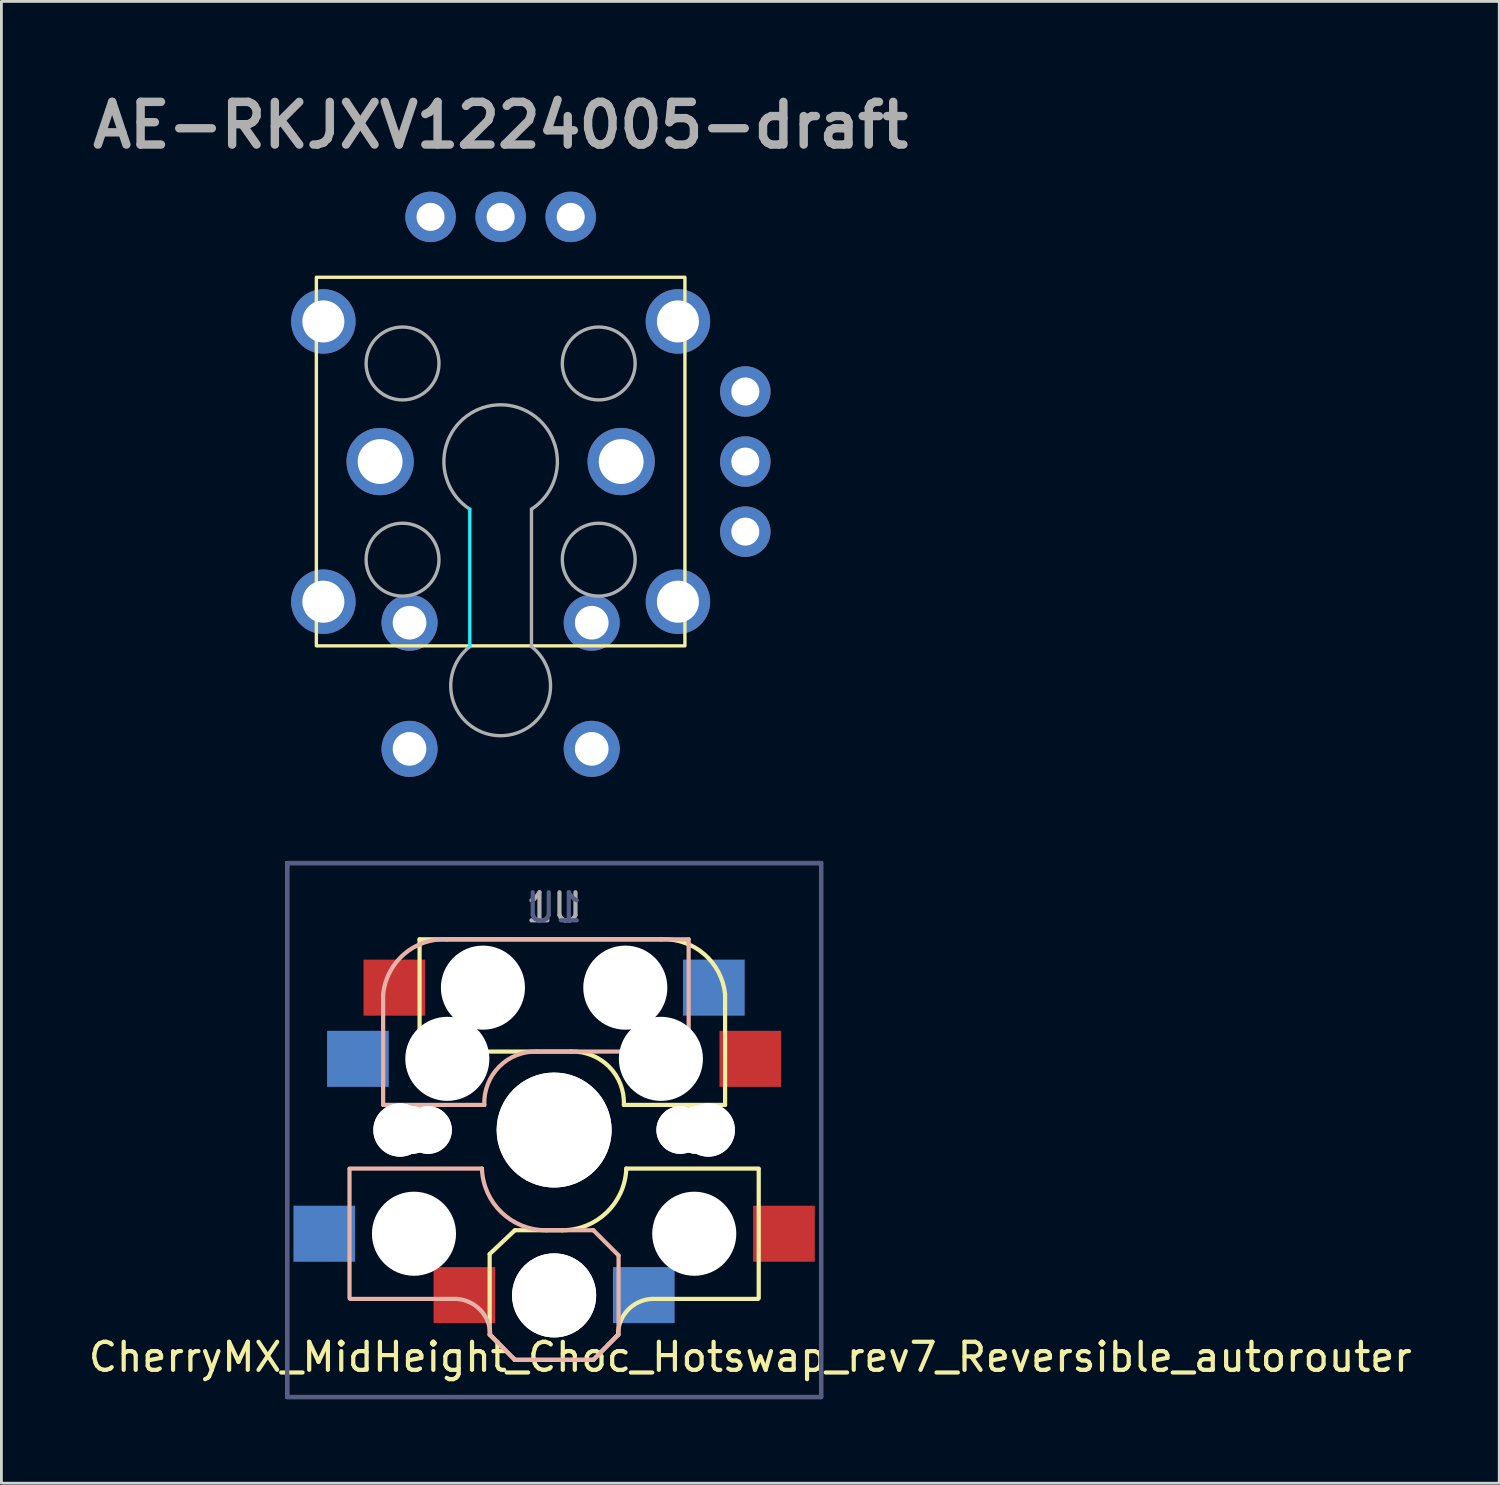
<source format=kicad_pcb>
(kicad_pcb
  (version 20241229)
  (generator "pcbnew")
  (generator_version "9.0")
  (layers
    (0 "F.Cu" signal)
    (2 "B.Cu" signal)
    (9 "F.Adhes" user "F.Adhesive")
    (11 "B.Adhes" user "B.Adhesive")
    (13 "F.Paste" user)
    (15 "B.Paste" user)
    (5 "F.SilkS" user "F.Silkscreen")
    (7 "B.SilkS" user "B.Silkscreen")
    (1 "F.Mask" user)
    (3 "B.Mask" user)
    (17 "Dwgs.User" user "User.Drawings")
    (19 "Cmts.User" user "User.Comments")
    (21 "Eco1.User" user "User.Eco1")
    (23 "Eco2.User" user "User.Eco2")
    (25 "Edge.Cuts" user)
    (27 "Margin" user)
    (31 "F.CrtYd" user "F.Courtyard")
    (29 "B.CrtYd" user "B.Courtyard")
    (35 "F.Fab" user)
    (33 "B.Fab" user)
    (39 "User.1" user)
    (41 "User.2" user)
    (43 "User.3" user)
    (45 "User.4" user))
  (footprint "AE-RKJXV1224005-draft"
    (layer "F.Cu")
    (at 14.812 13.418)
    (property "Reference" "AE-RKJXV1224005-draft" (at 0 -12 0) (layer "F.Fab") (effects (font (size 1.524 1.524) (thickness 0.3))))
    (attr board_only exclude_from_pos_files exclude_from_bom)
    (fp_rect (start -6.575 -6.575) (end 6.575 6.575) (stroke (width 0.12) (type solid)) (fill no) (layer "F.SilkS"))
    (fp_line (start -1.1 1.7) (end -1.1 6.6) (stroke (width 0.12) (type solid)) (layer "B.CrtYd"))
    (fp_line (start 1.1 1.7) (end 1.1 6.6) (stroke (width 0.12) (type solid)) (layer "F.Fab"))
    (fp_arc (start -1.1 1.699999) (mid 0.000003 -2.025471) (end 1.099999 1.700001) (stroke (width 0.12) (type solid)) (layer "F.Fab"))
    (fp_arc (start 1.099999 6.6) (mid 0 9.781097) (end -1.1 6.6) (stroke (width 0.12) (type solid)) (layer "F.Fab"))
    (fp_circle (center -3.5 -3.5) (end -2.2 -3.5) (stroke (width 0.12) (type solid)) (fill no) (layer "F.Fab"))
    (fp_circle (center -3.5 3.5) (end -2.2 3.5) (stroke (width 0.12) (type solid)) (fill no) (layer "F.Fab"))
    (fp_circle (center 3.5 -3.5) (end 4.8 -3.5) (stroke (width 0.12) (type solid)) (fill no) (layer "F.Fab"))
    (fp_circle (center 3.5 3.5) (end 4.8 3.5) (stroke (width 0.12) (type solid)) (fill no) (layer "F.Fab"))
    (pad "" thru_hole circle (at -6.325 -5) (size 2.3 2.3) (drill 1.5) (layers "*.Cu" "*.Mask"))
    (pad "" thru_hole circle (at -6.325 5) (size 2.3 2.3) (drill 1.5) (layers "*.Cu" "*.Mask"))
    (pad "" thru_hole circle (at -4.3 0) (size 2.4 2.4) (drill 1.6) (layers "*.Cu" "*.Mask"))
    (pad "" thru_hole circle (at 4.3 0) (size 2.4 2.4) (drill 1.6) (layers "*.Cu" "*.Mask"))
    (pad "" thru_hole circle (at 6.325 -5) (size 2.3 2.3) (drill 1.5) (layers "*.Cu" "*.Mask"))
    (pad "" thru_hole circle (at 6.325 5) (size 2.3 2.3) (drill 1.5) (layers "*.Cu" "*.Mask"))
    (pad "1" thru_hole circle (at -2.5 -8.73 90) (size 1.8 1.8) (drill 1) (layers "*.Cu" "*.Mask"))
    (pad "2" thru_hole circle (at 0 -8.73 90) (size 1.8 1.8) (drill 1) (layers "*.Cu" "*.Mask"))
    (pad "3" thru_hole circle (at 2.5 -8.73 90) (size 1.8 1.8) (drill 1) (layers "*.Cu" "*.Mask"))
    (pad "4" thru_hole circle (at 8.73 -2.5) (size 1.8 1.8) (drill 1) (layers "*.Cu" "*.Mask"))
    (pad "5" thru_hole circle (at 8.73 0) (size 1.8 1.8) (drill 1) (layers "*.Cu" "*.Mask"))
    (pad "6" thru_hole circle (at 8.73 2.5) (size 1.8 1.8) (drill 1) (layers "*.Cu" "*.Mask"))
    (pad "S1" thru_hole circle (at -3.25 5.75) (size 2 2) (drill 1.2) (layers "*.Cu" "*.Mask"))
    (pad "S1" thru_hole circle (at 3.25 5.75) (size 2 2) (drill 1.2) (layers "*.Cu" "*.Mask"))
    (pad "S2" thru_hole circle (at -3.25 10.25) (size 2 2) (drill 1.2) (layers "*.Cu" "*.Mask"))
    (pad "S2" thru_hole circle (at 3.25 10.25) (size 2 2) (drill 1.2) (layers "*.Cu" "*.Mask")))
  (footprint "CherryMX_MidHeight_Choc_Hotswap_rev7_Reversible_autorouter"
    (layer "F.Cu")
    (at 16.72 37.268)
    (property "Reference" "CherryMX_MidHeight_Choc_Hotswap_rev7_Reversible_autorouter" (at 7 8.1 0) (layer "F.SilkS") (effects (font (size 1 1) (thickness 0.15))))
    (fp_line (start -4.8 -6.804) (end 3.825 -6.804) (stroke (width 0.15) (type solid)) (layer "F.SilkS"))
    (fp_line (start -4.8 -2.8) (end -4.8 -6.804) (stroke (width 0.15) (type solid)) (layer "F.SilkS"))
    (fp_line (start -4.8 -2.8) (end 0.6 -2.8) (stroke (width 0.15) (type solid)) (layer "F.SilkS"))
    (fp_line (start -2.3 4.425) (end -2.3 7.3) (stroke (width 0.15) (type solid)) (layer "F.SilkS"))
    (fp_line (start -2.3 4.425) (end -1.4 3.575) (stroke (width 0.15) (type solid)) (layer "F.SilkS"))
    (fp_line (start -2.3 7.3) (end -1.4 8.2) (stroke (width 0.15) (type solid)) (layer "F.SilkS"))
    (fp_line (start -1.4 3.575) (end 0.275 3.575) (stroke (width 0.15) (type solid)) (layer "F.SilkS"))
    (fp_line (start -1.4 8.2) (end 1.4 8.2) (stroke (width 0.15) (type solid)) (layer "F.SilkS"))
    (fp_line (start 2.28 7.3) (end 1.4 8.2) (stroke (width 0.15) (type solid)) (layer "F.SilkS"))
    (fp_line (start 2.575 1.375) (end 7.3 1.375) (stroke (width 0.15) (type solid)) (layer "F.SilkS"))
    (fp_line (start 3.5 6.025) (end 7.275 6.025) (stroke (width 0.15) (type solid)) (layer "F.SilkS"))
    (fp_line (start 6.1 -4.85) (end 6.1 -0.905) (stroke (width 0.15) (type solid)) (layer "F.SilkS"))
    (fp_line (start 6.1 -0.896) (end 2.49 -0.896) (stroke (width 0.15) (type solid)) (layer "F.SilkS"))
    (fp_line (start 7.3 1.4) (end 7.3 6) (stroke (width 0.15) (type solid)) (layer "F.SilkS"))
    (fp_arc (start 0.6 -2.8) (mid 1.960305 -2.260251) (end 2.49 -0.896) (stroke (width 0.15) (type solid)) (layer "F.SilkS"))
    (fp_arc (start 2.28 7.3) (mid 2.633993 6.417536) (end 3.5 6.025) (stroke (width 0.15) (type solid)) (layer "F.SilkS"))
    (fp_arc (start 2.575 1.375) (mid 1.872559 2.942903) (end 0.275 3.575) (stroke (width 0.15) (type solid)) (layer "F.SilkS"))
    (fp_arc (start 3.825 -6.804) (mid 5.3507 -6.278973) (end 6.1 -4.85) (stroke (width 0.15) (type solid)) (layer "F.SilkS"))
    (fp_line (start -7.3 1.4) (end -7.3 6) (stroke (width 0.15) (type solid)) (layer "B.SilkS"))
    (fp_line (start -6.1 -4.85) (end -6.1 -0.905) (stroke (width 0.15) (type solid)) (layer "B.SilkS"))
    (fp_line (start -6.1 -0.896) (end -2.49 -0.896) (stroke (width 0.15) (type solid)) (layer "B.SilkS"))
    (fp_line (start -3.5 6.025) (end -7.275 6.025) (stroke (width 0.15) (type solid)) (layer "B.SilkS"))
    (fp_line (start -2.575 1.375) (end -7.3 1.375) (stroke (width 0.15) (type solid)) (layer "B.SilkS"))
    (fp_line (start -2.28 7.3) (end -1.4 8.2) (stroke (width 0.15) (type solid)) (layer "B.SilkS"))
    (fp_line (start 1.4 3.575) (end -0.275 3.575) (stroke (width 0.15) (type solid)) (layer "B.SilkS"))
    (fp_line (start 1.4 3.575) (end 2.3 4.475) (stroke (width 0.15) (type solid)) (layer "B.SilkS"))
    (fp_line (start 1.4 8.2) (end -1.4 8.2) (stroke (width 0.15) (type solid)) (layer "B.SilkS"))
    (fp_line (start 2.3 4.475) (end 2.3 7.3) (stroke (width 0.15) (type solid)) (layer "B.SilkS"))
    (fp_line (start 2.3 7.3) (end 1.4 8.2) (stroke (width 0.15) (type solid)) (layer "B.SilkS"))
    (fp_line (start 4.8 -6.804) (end -3.825 -6.804) (stroke (width 0.15) (type solid)) (layer "B.SilkS"))
    (fp_line (start 4.8 -2.8) (end -0.6 -2.8) (stroke (width 0.15) (type solid)) (layer "B.SilkS"))
    (fp_line (start 4.8 -2.8) (end 4.8 -6.804) (stroke (width 0.15) (type solid)) (layer "B.SilkS"))
    (fp_arc (start -6.1 -4.85) (mid -5.3507 -6.278973) (end -3.825 -6.804) (stroke (width 0.15) (type solid)) (layer "B.SilkS"))
    (fp_arc (start -3.5 6.025) (mid -2.633993 6.417536) (end -2.28 7.3) (stroke (width 0.15) (type solid)) (layer "B.SilkS"))
    (fp_arc (start -2.49 -0.896) (mid -1.960305 -2.260251) (end -0.6 -2.8) (stroke (width 0.15) (type solid)) (layer "B.SilkS"))
    (fp_arc (start -0.275 3.575) (mid -1.872559 2.942903) (end -2.575 1.375) (stroke (width 0.15) (type solid)) (layer "B.SilkS"))
    (fp_line (start -9.525 -9.525) (end -9.525 9.525) (stroke (width 0.15) (type solid)) (layer "B.Fab"))
    (fp_line (start -9.525 9.525) (end 9.525 9.525) (stroke (width 0.15) (type solid)) (layer "B.Fab"))
    (fp_line (start 9.525 -9.525) (end -9.525 -9.525) (stroke (width 0.15) (type solid)) (layer "B.Fab"))
    (fp_line (start 9.525 9.525) (end 9.525 -9.525) (stroke (width 0.15) (type solid)) (layer "B.Fab"))
    (fp_line (start -9.525 -9.525) (end 9.525 -9.525) (stroke (width 0.15) (type solid)) (layer "F.Fab"))
    (fp_line (start -9.525 9.525) (end -9.525 -9.525) (stroke (width 0.15) (type solid)) (layer "F.Fab"))
    (fp_line (start 9.525 -9.525) (end 9.525 9.525) (stroke (width 0.15) (type solid)) (layer "F.Fab"))
    (fp_line (start 9.525 9.525) (end -9.525 9.525) (stroke (width 0.15) (type solid)) (layer "F.Fab"))
    (fp_text user "1U" (at 0 -7.938 0) (layer "B.Fab") (effects (font (size 1 1) (thickness 0.15)) (justify mirror)))
    (fp_text user "1U" (at 0 -7.938 0) (layer "F.Fab") (effects (font (size 1 1) (thickness 0.15))))
    (pad "" np_thru_hole circle (at -5.5 0 90) (size 1.9 1.9) (drill 1.9) (layers "*.Cu" "*.Mask"))
    (pad "" np_thru_hole circle (at -5.5 0 270) (size 1.9 1.9) (drill 1.9) (layers "*.Cu" "*.Mask"))
    (pad "" np_thru_hole circle (at -5.08 0) (size 1.7 1.7) (drill 1.7) (layers "*.Cu" "*.Mask"))
    (pad "" np_thru_hole circle (at -5.08 0) (size 1.7 1.7) (drill 1.7) (layers "*.Cu" "*.Mask"))
    (pad "" np_thru_hole circle (at -5 3.7 90) (size 3 3) (drill 3) (layers "*.Cu" "*.Mask"))
    (pad "" np_thru_hole circle (at -4.5 0) (size 1.7 1.7) (drill 1.7) (layers "*.Cu" "*.Mask"))
    (pad "" np_thru_hole circle (at -4.5 0) (size 1.7 1.7) (drill 1.7) (layers "*.Cu" "*.Mask"))
    (pad "" np_thru_hole circle (at -3.81 -2.54 180) (size 3 3) (drill 3) (layers "*.Cu" "*.Mask"))
    (pad "" np_thru_hole circle (at -2.54 -5.08 180) (size 3 3) (drill 3) (layers "*.Cu" "*.Mask"))
    (pad "" np_thru_hole circle (at 0 0 90) (size 4.1 4.1) (drill 4.1) (layers "*.Cu" "*.Mask"))
    (pad "" np_thru_hole circle (at 0 0 270) (size 4.1 4.1) (drill 4.1) (layers "*.Cu" "*.Mask"))
    (pad "" np_thru_hole circle (at 0 5.9 90) (size 3 3) (drill 3) (layers "*.Cu" "*.Mask"))
    (pad "" np_thru_hole circle (at 0 5.9 270) (size 3 3) (drill 3) (layers "*.Cu" "*.Mask"))
    (pad "" np_thru_hole circle (at 2.54 -5.08 180) (size 3 3) (drill 3) (layers "*.Cu" "*.Mask"))
    (pad "" np_thru_hole circle (at 3.81 -2.54 180) (size 3 3) (drill 3) (layers "*.Cu" "*.Mask"))
    (pad "" np_thru_hole circle (at 4.5 0) (size 1.7 1.7) (drill 1.7) (layers "*.Cu" "*.Mask"))
    (pad "" np_thru_hole circle (at 4.5 0) (size 1.7 1.7) (drill 1.7) (layers "*.Cu" "*.Mask"))
    (pad "" np_thru_hole circle (at 5 3.7 270) (size 3 3) (drill 3) (layers "*.Cu" "*.Mask"))
    (pad "" np_thru_hole circle (at 5.08 0) (size 1.7 1.7) (drill 1.7) (layers "*.Cu" "*.Mask"))
    (pad "" np_thru_hole circle (at 5.08 0) (size 1.7 1.7) (drill 1.7) (layers "*.Cu" "*.Mask"))
    (pad "" np_thru_hole circle (at 5.5 0 270) (size 1.9 1.9) (drill 1.9) (layers "*.Cu" "*.Mask"))
    (pad "" np_thru_hole circle (at 5.5 0 90) (size 1.9 1.9) (drill 1.9) (layers "*.Cu" "*.Mask"))
    (pad "1" smd rect (at -8.2 3.7) (size 2.2 2) (layers "B.Cu" "B.Mask" "B.Paste"))
    (pad "1" smd rect (at -7 -2.54) (size 2.2 2) (layers "B.Cu" "B.Mask" "B.Paste"))
    (pad "1" smd rect (at 7 -2.54) (size 2.2 2) (layers "F.Cu" "F.Mask" "F.Paste"))
    (pad "1" smd rect (at 8.2 3.7) (size 2.2 2) (layers "F.Cu" "F.Mask" "F.Paste"))
    (pad "2" smd rect (at -5.7 -5.08) (size 2.2 2) (layers "F.Cu" "F.Mask" "F.Paste"))
    (pad "2" smd rect (at -3.2 5.89) (size 2.2 2) (layers "F.Cu" "F.Mask" "F.Paste"))
    (pad "2" smd rect (at 3.2 5.89) (size 2.2 2) (layers "B.Cu" "B.Mask" "B.Paste"))
    (pad "2" smd rect (at 5.7 -5.08) (size 2.2 2) (layers "B.Cu" "B.Mask" "B.Paste")))
  (gr_rect
    (start -3 -3)
    (end 50.44 49.868)
    (stroke (width 0.1) (type default))
    (fill no)
    (layer "Edge.Cuts")))
</source>
